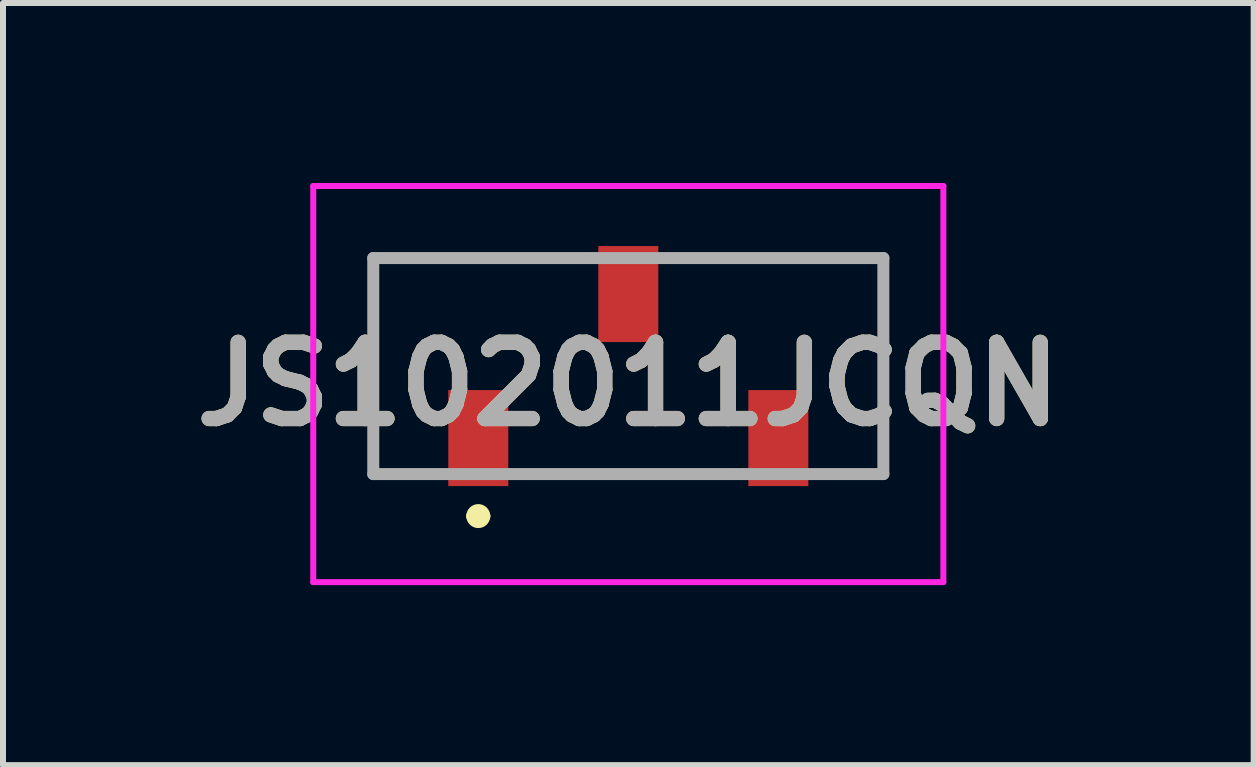
<source format=kicad_pcb>
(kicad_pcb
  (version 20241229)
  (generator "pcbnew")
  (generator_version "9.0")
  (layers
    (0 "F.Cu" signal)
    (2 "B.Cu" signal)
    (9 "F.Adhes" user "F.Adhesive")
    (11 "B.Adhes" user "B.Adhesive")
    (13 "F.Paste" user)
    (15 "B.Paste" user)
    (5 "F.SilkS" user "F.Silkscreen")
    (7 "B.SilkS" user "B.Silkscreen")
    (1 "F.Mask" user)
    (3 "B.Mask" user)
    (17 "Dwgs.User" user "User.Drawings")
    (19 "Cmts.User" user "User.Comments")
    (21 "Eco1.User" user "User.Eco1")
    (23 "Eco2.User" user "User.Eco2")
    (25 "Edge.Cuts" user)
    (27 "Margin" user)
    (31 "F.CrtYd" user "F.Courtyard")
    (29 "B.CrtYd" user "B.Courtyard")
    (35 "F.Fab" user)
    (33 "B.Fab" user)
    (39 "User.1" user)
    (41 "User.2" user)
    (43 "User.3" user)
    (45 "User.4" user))
  (footprint "JS102011JCQN"
    (layer "F.Cu")
    (at 7.42 3.35)
    (property "Reference" "JS102011JCQN" (at 0 0 0) (layer "F.SilkS") (effects (font (size 1.27 1.27) (thickness 0.254))))
    (attr smd)
    (fp_line (start -4.25 -2.1) (end -1 -2.1) (stroke (width 0.1) (type solid)) (layer "F.SilkS"))
    (fp_line (start -4.25 1.5) (end -4.25 -2.1) (stroke (width 0.1) (type solid)) (layer "F.SilkS"))
    (fp_line (start -3.5 1.5) (end -4.25 1.5) (stroke (width 0.1) (type solid)) (layer "F.SilkS"))
    (fp_line (start -2.6 2.2) (end -2.6 2.2) (stroke (width 0.2) (type solid)) (layer "F.SilkS"))
    (fp_line (start -2.4 2.2) (end -2.4 2.2) (stroke (width 0.2) (type solid)) (layer "F.SilkS"))
    (fp_line (start -1.5 1.5) (end 1.5 1.5) (stroke (width 0.1) (type solid)) (layer "F.SilkS"))
    (fp_line (start 1 -2.1) (end 4.25 -2.1) (stroke (width 0.1) (type solid)) (layer "F.SilkS"))
    (fp_line (start 4.25 -2.1) (end 4.25 1.5) (stroke (width 0.1) (type solid)) (layer "F.SilkS"))
    (fp_line (start 4.25 1.5) (end 3.5 1.5) (stroke (width 0.1) (type solid)) (layer "F.SilkS"))
    (fp_arc (start -2.6 2.2) (mid -2.5 2.1) (end -2.4 2.2) (stroke (width 0.2) (type solid)) (layer "F.SilkS"))
    (fp_arc (start -2.4 2.2) (mid -2.5 2.3) (end -2.6 2.2) (stroke (width 0.2) (type solid)) (layer "F.SilkS"))
    (fp_line (start -5.25 -3.3) (end 5.25 -3.3) (stroke (width 0.1) (type solid)) (layer "F.CrtYd"))
    (fp_line (start -5.25 3.3) (end -5.25 -3.3) (stroke (width 0.1) (type solid)) (layer "F.CrtYd"))
    (fp_line (start 5.25 -3.3) (end 5.25 3.3) (stroke (width 0.1) (type solid)) (layer "F.CrtYd"))
    (fp_line (start 5.25 3.3) (end -5.25 3.3) (stroke (width 0.1) (type solid)) (layer "F.CrtYd"))
    (fp_line (start -4.25 -2.1) (end 4.25 -2.1) (stroke (width 0.2) (type solid)) (layer "F.Fab"))
    (fp_line (start -4.25 1.5) (end -4.25 -2.1) (stroke (width 0.2) (type solid)) (layer "F.Fab"))
    (fp_line (start 4.25 -2.1) (end 4.25 1.5) (stroke (width 0.2) (type solid)) (layer "F.Fab"))
    (fp_line (start 4.25 1.5) (end -4.25 1.5) (stroke (width 0.2) (type solid)) (layer "F.Fab"))
    (fp_text user "${REFERENCE}" (at 0 0 0) (layer "F.Fab") (effects (font (size 1.27 1.27) (thickness 0.254))))
    (pad "1" smd rect (at -2.5 0.9) (size 1 1.6) (layers "F.Cu" "F.Mask" "F.Paste"))
    (pad "2" smd rect (at 0 -1.5) (size 1 1.6) (layers "F.Cu" "F.Mask" "F.Paste"))
    (pad "3" smd rect (at 2.5 0.9) (size 1 1.6) (layers "F.Cu" "F.Mask" "F.Paste")))
  (gr_rect
    (start -3 -3)
    (end 17.841 9.7)
    (stroke (width 0.1) (type default))
    (fill no)
    (layer "Edge.Cuts")))
</source>
